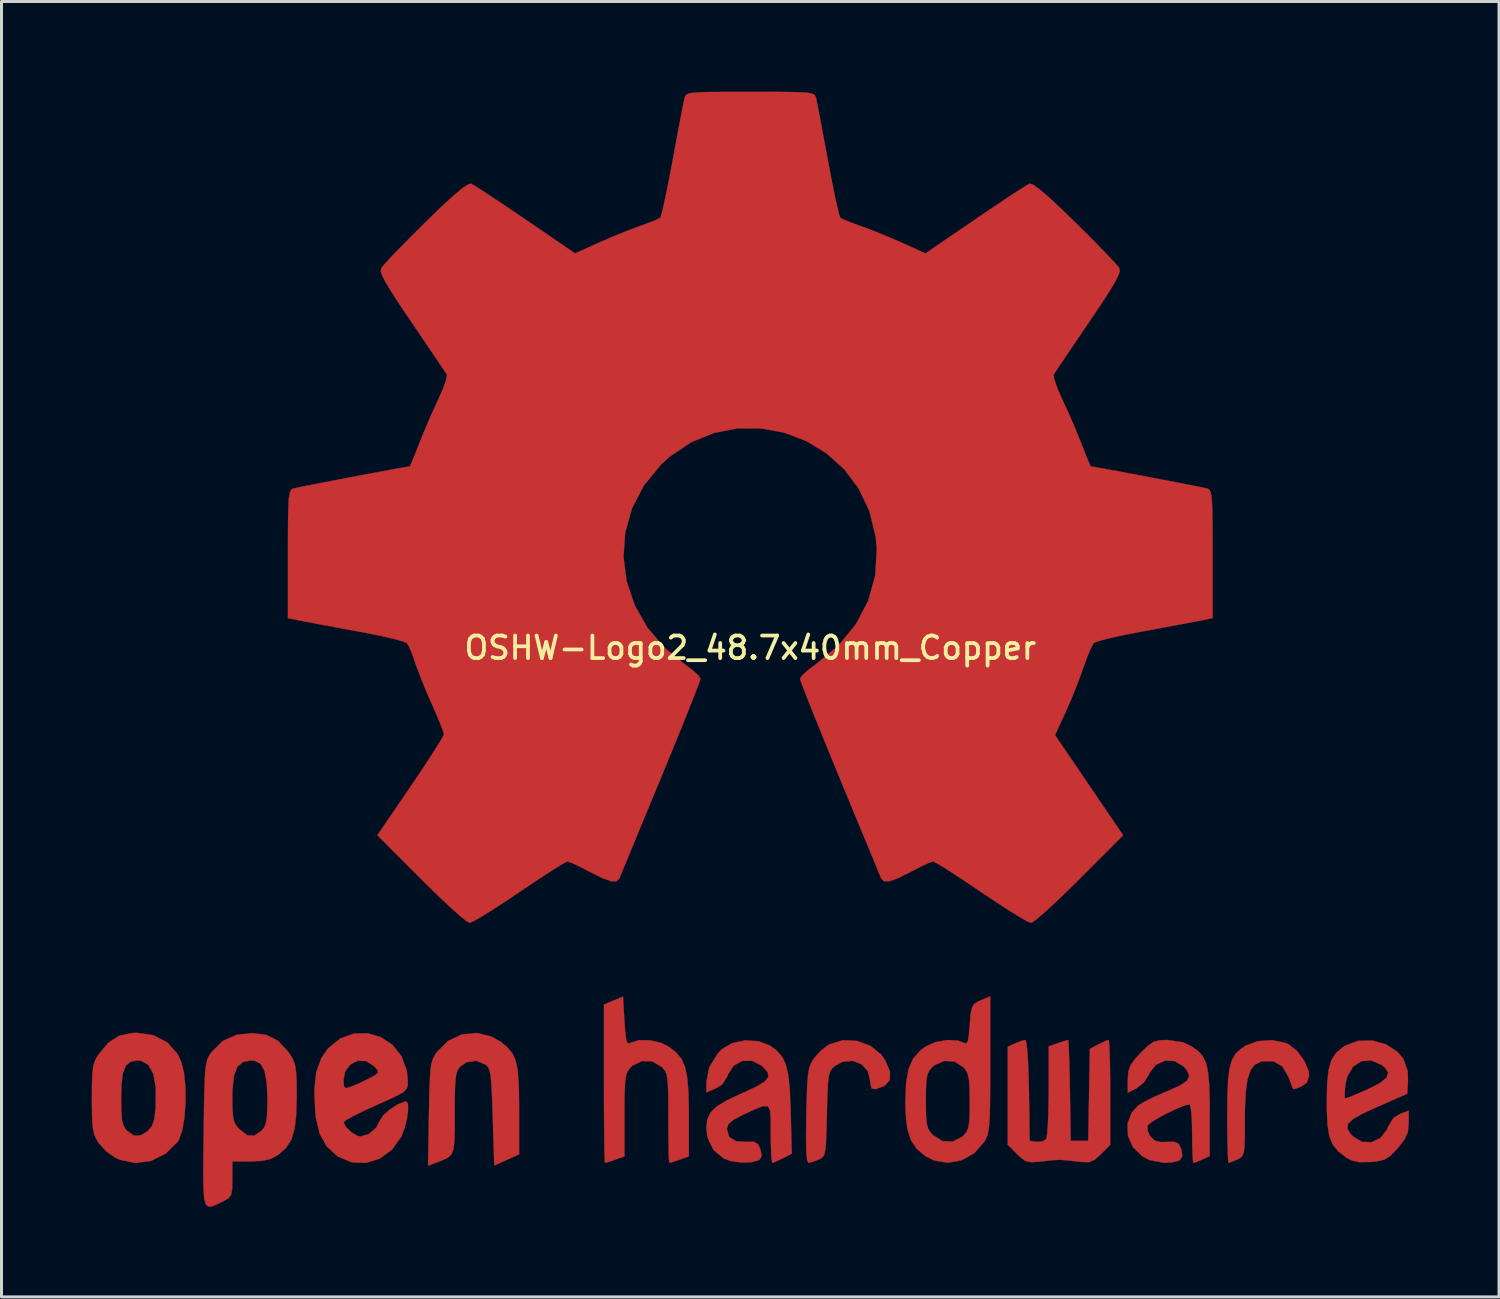
<source format=kicad_pcb>
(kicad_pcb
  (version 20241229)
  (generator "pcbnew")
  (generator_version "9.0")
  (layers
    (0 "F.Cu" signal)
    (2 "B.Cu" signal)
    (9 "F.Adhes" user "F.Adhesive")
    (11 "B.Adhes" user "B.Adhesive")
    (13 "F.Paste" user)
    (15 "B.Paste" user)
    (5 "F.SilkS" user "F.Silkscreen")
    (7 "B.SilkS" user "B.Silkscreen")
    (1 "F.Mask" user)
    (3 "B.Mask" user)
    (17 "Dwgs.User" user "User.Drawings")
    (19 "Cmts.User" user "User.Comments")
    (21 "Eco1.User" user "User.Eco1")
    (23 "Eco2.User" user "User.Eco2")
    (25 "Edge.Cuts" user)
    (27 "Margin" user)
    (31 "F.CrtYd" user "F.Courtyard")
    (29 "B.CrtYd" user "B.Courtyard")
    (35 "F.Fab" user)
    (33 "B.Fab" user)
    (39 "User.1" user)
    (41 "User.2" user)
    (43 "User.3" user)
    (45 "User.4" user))
  (footprint "OSHW-Logo2_48.7x40mm_Copper"
    (layer "F.Cu")
    (at 21.902 18.495)
    (property "Reference" "OSHW-Logo2_48.7x40mm_Copper" (at 0 0 0) (layer "F.SilkS") (effects (font (size 0.75 0.75) (thickness 0.125))))
    (attr exclude_from_pos_files exclude_from_bom allow_missing_courtyard)
    (fp_poly (pts (xy 17.786 13.133) (xy 17.902 13.184) (xy 18.18 13.404) (xy 18.417 13.722) (xy 18.564 14.061) (xy 18.588 14.229) (xy 18.508 14.462) (xy 18.332 14.586) (xy 18.143 14.661) (xy 18.057 14.674) (xy 18.015 14.574) (xy 17.932 14.357) (xy 17.896 14.258) (xy 17.692 13.918) (xy 17.396 13.748) (xy 17.017 13.753) (xy 16.989 13.76) (xy 16.787 13.856) (xy 16.638 14.043) (xy 16.537 14.344) (xy 16.476 14.782) (xy 16.449 15.38) (xy 16.447 15.698) (xy 16.446 16.2) (xy 16.437 16.542) (xy 16.416 16.759) (xy 16.374 16.886) (xy 16.306 16.959) (xy 16.205 17.012) (xy 16.199 17.015) (xy 16.004 17.098) (xy 15.907 17.128) (xy 15.892 17.036) (xy 15.879 16.782) (xy 15.87 16.398) (xy 15.864 15.918) (xy 15.863 15.566) (xy 15.869 14.885) (xy 15.891 14.369) (xy 15.939 13.987) (xy 16.019 13.709) (xy 16.139 13.504) (xy 16.309 13.343) (xy 16.476 13.231) (xy 16.878 13.082) (xy 17.345 13.048) (xy 17.786 13.133)) (stroke (width 0.01) (type solid)) (fill yes) (layer "F.Cu"))
    (fp_poly (pts (xy -8.609 12.926) (xy -8.296 13.106) (xy -8.079 13.286) (xy -7.92 13.474) (xy -7.811 13.703) (xy -7.742 14.008) (xy -7.705 14.422) (xy -7.69 14.977) (xy -7.688 15.376) (xy -7.688 16.846) (xy -8.102 17.031) (xy -8.515 17.216) (xy -8.564 15.607) (xy -8.584 15.006) (xy -8.605 14.57) (xy -8.631 14.268) (xy -8.667 14.072) (xy -8.715 13.951) (xy -8.781 13.876) (xy -8.802 13.86) (xy -9.12 13.732) (xy -9.443 13.783) (xy -9.634 13.916) (xy -9.713 14.011) (xy -9.767 14.136) (xy -9.801 14.324) (xy -9.82 14.611) (xy -9.828 15.032) (xy -9.829 15.47) (xy -9.829 16.02) (xy -9.839 16.409) (xy -9.87 16.672) (xy -9.937 16.841) (xy -10.051 16.952) (xy -10.227 17.038) (xy -10.461 17.128) (xy -10.717 17.225) (xy -10.687 15.498) (xy -10.675 14.875) (xy -10.66 14.415) (xy -10.64 14.085) (xy -10.609 13.854) (xy -10.563 13.689) (xy -10.499 13.558) (xy -10.422 13.442) (xy -10.049 13.073) (xy -9.595 12.859) (xy -9.101 12.808) (xy -8.609 12.926)) (stroke (width 0.01) (type solid)) (fill yes) (layer "F.Cu"))
    (fp_poly (pts (xy 3.553 13.073) (xy 3.995 13.236) (xy 4.353 13.525) (xy 4.493 13.728) (xy 4.646 14.101) (xy 4.643 14.37) (xy 4.483 14.551) (xy 4.423 14.582) (xy 4.167 14.678) (xy 4.037 14.654) (xy 3.992 14.492) (xy 3.99 14.403) (xy 3.909 14.075) (xy 3.698 13.846) (xy 3.404 13.735) (xy 3.076 13.763) (xy 2.809 13.908) (xy 2.719 13.99) (xy 2.655 14.09) (xy 2.611 14.242) (xy 2.584 14.478) (xy 2.565 14.833) (xy 2.551 15.34) (xy 2.548 15.501) (xy 2.534 16.05) (xy 2.519 16.437) (xy 2.497 16.693) (xy 2.461 16.85) (xy 2.406 16.939) (xy 2.326 16.994) (xy 2.275 17.018) (xy 2.059 17.101) (xy 1.932 17.128) (xy 1.89 17.037) (xy 1.864 16.762) (xy 1.855 16.3) (xy 1.861 15.647) (xy 1.863 15.547) (xy 1.878 14.951) (xy 1.895 14.516) (xy 1.92 14.208) (xy 1.957 13.993) (xy 2.01 13.836) (xy 2.085 13.704) (xy 2.124 13.647) (xy 2.349 13.397) (xy 2.6 13.202) (xy 2.63 13.185) (xy 3.08 13.051) (xy 3.553 13.073)) (stroke (width 0.01) (type solid)) (fill yes) (layer "F.Cu"))
    (fp_poly (pts (xy 11.934 13.133) (xy 11.949 13.389) (xy 11.96 13.778) (xy 11.968 14.269) (xy 11.97 14.785) (xy 11.97 16.529) (xy 11.662 16.837) (xy 11.45 17.027) (xy 11.264 17.104) (xy 11.009 17.099) (xy 10.908 17.086) (xy 10.592 17.05) (xy 10.331 17.03) (xy 10.267 17.028) (xy 10.052 17.04) (xy 9.745 17.072) (xy 9.626 17.086) (xy 9.334 17.109) (xy 9.137 17.06) (xy 8.942 16.906) (xy 8.872 16.837) (xy 8.564 16.529) (xy 8.564 13.266) (xy 8.812 13.154) (xy 9.025 13.07) (xy 9.15 13.041) (xy 9.182 13.133) (xy 9.212 13.392) (xy 9.238 13.788) (xy 9.258 14.293) (xy 9.267 14.719) (xy 9.294 16.398) (xy 9.526 16.431) (xy 9.737 16.408) (xy 9.841 16.334) (xy 9.87 16.195) (xy 9.895 15.898) (xy 9.913 15.483) (xy 9.923 14.985) (xy 9.925 14.729) (xy 9.926 13.254) (xy 10.233 13.147) (xy 10.45 13.075) (xy 10.568 13.041) (xy 10.571 13.041) (xy 10.583 13.133) (xy 10.596 13.388) (xy 10.609 13.775) (xy 10.621 14.263) (xy 10.63 14.719) (xy 10.656 16.398) (xy 11.24 16.398) (xy 11.267 14.867) (xy 11.294 13.335) (xy 11.578 13.188) (xy 11.789 13.087) (xy 11.913 13.041) (xy 11.917 13.041) (xy 11.934 13.133)) (stroke (width 0.01) (type solid)) (fill yes) (layer "F.Cu"))
    (fp_poly (pts (xy -4.185 12.413) (xy -4.156 12.811) (xy -4.123 13.045) (xy -4.078 13.147) (xy -4.012 13.149) (xy -3.99 13.136) (xy -3.704 13.048) (xy -3.331 13.053) (xy -2.952 13.144) (xy -2.715 13.262) (xy -2.472 13.449) (xy -2.294 13.662) (xy -2.172 13.932) (xy -2.097 14.292) (xy -2.057 14.775) (xy -2.044 15.414) (xy -2.044 15.537) (xy -2.044 16.914) (xy -2.35 17.021) (xy -2.568 17.094) (xy -2.687 17.128) (xy -2.691 17.128) (xy -2.703 17.036) (xy -2.713 16.783) (xy -2.72 16.402) (xy -2.724 15.926) (xy -2.725 15.637) (xy -2.726 15.066) (xy -2.733 14.657) (xy -2.75 14.377) (xy -2.781 14.192) (xy -2.831 14.07) (xy -2.905 13.978) (xy -2.95 13.933) (xy -3.264 13.754) (xy -3.605 13.741) (xy -3.916 13.892) (xy -3.973 13.947) (xy -4.057 14.05) (xy -4.116 14.172) (xy -4.153 14.348) (xy -4.174 14.614) (xy -4.183 15.005) (xy -4.185 15.543) (xy -4.185 16.914) (xy -4.491 17.021) (xy -4.709 17.094) (xy -4.828 17.128) (xy -4.832 17.128) (xy -4.841 17.035) (xy -4.849 16.772) (xy -4.856 16.365) (xy -4.861 15.838) (xy -4.865 15.217) (xy -4.866 14.526) (xy -4.866 14.496) (xy -4.866 11.863) (xy -4.55 11.73) (xy -4.233 11.597) (xy -4.185 12.413)) (stroke (width 0.01) (type solid)) (fill yes) (layer "F.Cu"))
    (fp_poly (pts (xy -19.839 12.887) (xy -19.383 13.127) (xy -19.046 13.513) (xy -18.927 13.761) (xy -18.834 14.133) (xy -18.786 14.604) (xy -18.782 15.118) (xy -18.818 15.62) (xy -18.893 16.054) (xy -19.004 16.366) (xy -19.038 16.42) (xy -19.442 16.821) (xy -19.922 17.061) (xy -20.443 17.131) (xy -20.97 17.023) (xy -21.116 16.958) (xy -21.401 16.757) (xy -21.652 16.49) (xy -21.676 16.457) (xy -21.772 16.294) (xy -21.835 16.12) (xy -21.873 15.891) (xy -21.891 15.563) (xy -21.896 15.092) (xy -21.897 14.987) (xy -21.896 14.953) (xy -20.923 14.953) (xy -20.918 15.398) (xy -20.895 15.692) (xy -20.849 15.883) (xy -20.769 16.014) (xy -20.729 16.057) (xy -20.496 16.224) (xy -20.27 16.216) (xy -20.041 16.072) (xy -19.905 15.918) (xy -19.824 15.693) (xy -19.779 15.338) (xy -19.776 15.297) (xy -19.768 14.654) (xy -19.849 14.176) (xy -20.017 13.867) (xy -20.272 13.729) (xy -20.363 13.722) (xy -20.602 13.76) (xy -20.765 13.891) (xy -20.865 14.141) (xy -20.914 14.537) (xy -20.923 14.953) (xy -21.896 14.953) (xy -21.893 14.486) (xy -21.878 14.135) (xy -21.844 13.892) (xy -21.786 13.714) (xy -21.697 13.556) (xy -21.678 13.526) (xy -21.347 13.13) (xy -20.986 12.9) (xy -20.547 12.809) (xy -20.398 12.804) (xy -19.839 12.887)) (stroke (width 0.01) (type solid)) (fill yes) (layer "F.Cu"))
    (fp_poly (pts (xy 21.145 13.188) (xy 21.53 13.44) (xy 21.716 13.665) (xy 21.863 14.074) (xy 21.874 14.398) (xy 21.848 14.83) (xy 20.85 15.267) (xy 20.365 15.49) (xy 20.048 15.669) (xy 19.884 15.825) (xy 19.855 15.976) (xy 19.947 16.142) (xy 20.048 16.252) (xy 20.341 16.429) (xy 20.661 16.441) (xy 20.954 16.303) (xy 21.17 16.03) (xy 21.208 15.933) (xy 21.393 15.632) (xy 21.605 15.503) (xy 21.897 15.393) (xy 21.897 15.81) (xy 21.871 16.094) (xy 21.77 16.333) (xy 21.558 16.608) (xy 21.527 16.644) (xy 21.292 16.888) (xy 21.089 17.019) (xy 20.837 17.079) (xy 20.627 17.099) (xy 20.252 17.104) (xy 19.985 17.042) (xy 19.818 16.949) (xy 19.556 16.745) (xy 19.375 16.525) (xy 19.26 16.248) (xy 19.198 15.874) (xy 19.174 15.363) (xy 19.172 15.104) (xy 19.179 14.793) (xy 19.766 14.793) (xy 19.773 14.96) (xy 19.79 14.987) (xy 19.902 14.95) (xy 20.143 14.852) (xy 20.466 14.712) (xy 20.533 14.682) (xy 20.941 14.475) (xy 21.165 14.293) (xy 21.214 14.122) (xy 21.096 13.95) (xy 20.999 13.873) (xy 20.647 13.721) (xy 20.318 13.746) (xy 20.043 13.932) (xy 19.852 14.263) (xy 19.791 14.525) (xy 19.766 14.793) (xy 19.179 14.793) (xy 19.185 14.498) (xy 19.231 14.05) (xy 19.323 13.723) (xy 19.472 13.483) (xy 19.69 13.293) (xy 19.785 13.231) (xy 20.216 13.071) (xy 20.688 13.061) (xy 21.145 13.188)) (stroke (width 0.01) (type solid)) (fill yes) (layer "F.Cu"))
    (fp_poly (pts (xy 7.98 13.848) (xy 7.978 14.576) (xy 7.974 15.135) (xy 7.963 15.554) (xy 7.945 15.858) (xy 7.918 16.075) (xy 7.879 16.231) (xy 7.826 16.353) (xy 7.786 16.423) (xy 7.455 16.802) (xy 7.035 17.04) (xy 6.571 17.125) (xy 6.106 17.047) (xy 5.829 16.907) (xy 5.538 16.665) (xy 5.34 16.369) (xy 5.221 15.981) (xy 5.166 15.464) (xy 5.158 15.084) (xy 5.159 15.057) (xy 5.839 15.057) (xy 5.843 15.492) (xy 5.862 15.78) (xy 5.906 15.969) (xy 5.984 16.105) (xy 6.078 16.208) (xy 6.392 16.406) (xy 6.73 16.423) (xy 7.049 16.258) (xy 7.074 16.235) (xy 7.18 16.118) (xy 7.246 15.979) (xy 7.282 15.773) (xy 7.297 15.452) (xy 7.299 15.098) (xy 7.294 14.653) (xy 7.273 14.356) (xy 7.228 14.161) (xy 7.151 14.021) (xy 7.087 13.947) (xy 6.792 13.76) (xy 6.452 13.737) (xy 6.127 13.88) (xy 6.064 13.933) (xy 5.958 14.051) (xy 5.891 14.192) (xy 5.855 14.401) (xy 5.841 14.725) (xy 5.839 15.057) (xy 5.159 15.057) (xy 5.182 14.473) (xy 5.262 14.014) (xy 5.412 13.669) (xy 5.646 13.4) (xy 5.829 13.262) (xy 6.161 13.112) (xy 6.546 13.043) (xy 6.904 13.062) (xy 7.104 13.136) (xy 7.183 13.158) (xy 7.235 13.078) (xy 7.271 12.866) (xy 7.299 12.542) (xy 7.329 12.182) (xy 7.371 11.965) (xy 7.447 11.841) (xy 7.58 11.759) (xy 7.664 11.723) (xy 7.98 11.59) (xy 7.98 13.848)) (stroke (width 0.01) (type solid)) (fill yes) (layer "F.Cu"))
    (fp_poly (pts (xy -12.281 12.949) (xy -11.898 13.207) (xy -11.601 13.58) (xy -11.424 14.054) (xy -11.388 14.403) (xy -11.392 14.549) (xy -11.426 14.661) (xy -11.52 14.761) (xy -11.703 14.871) (xy -12.005 15.016) (xy -12.454 15.216) (xy -12.457 15.217) (xy -12.871 15.407) (xy -13.21 15.575) (xy -13.441 15.704) (xy -13.527 15.776) (xy -13.527 15.776) (xy -13.451 15.932) (xy -13.273 16.104) (xy -13.069 16.228) (xy -12.965 16.252) (xy -12.682 16.167) (xy -12.439 15.954) (xy -12.32 15.72) (xy -12.206 15.548) (xy -11.982 15.351) (xy -11.719 15.182) (xy -11.487 15.089) (xy -11.439 15.084) (xy -11.384 15.168) (xy -11.381 15.381) (xy -11.421 15.669) (xy -11.497 15.975) (xy -11.6 16.245) (xy -11.605 16.255) (xy -11.916 16.689) (xy -12.319 16.984) (xy -12.777 17.129) (xy -13.251 17.112) (xy -13.706 16.922) (xy -13.727 16.909) (xy -14.084 16.584) (xy -14.32 16.161) (xy -14.45 15.605) (xy -14.467 15.449) (xy -14.498 14.711) (xy -14.461 14.367) (xy -13.527 14.367) (xy -13.515 14.582) (xy -13.449 14.644) (xy -13.283 14.597) (xy -13.022 14.487) (xy -12.731 14.348) (xy -12.724 14.344) (xy -12.477 14.214) (xy -12.377 14.127) (xy -12.402 14.037) (xy -12.505 13.917) (xy -12.767 13.744) (xy -13.049 13.731) (xy -13.302 13.857) (xy -13.477 14.1) (xy -13.527 14.367) (xy -14.461 14.367) (xy -14.435 14.121) (xy -14.271 13.653) (xy -14.044 13.325) (xy -13.634 12.993) (xy -13.182 12.829) (xy -12.72 12.819) (xy -12.281 12.949)) (stroke (width 0.01) (type solid)) (fill yes) (layer "F.Cu"))
    (fp_poly (pts (xy 0.266 13.081) (xy 0.648 13.223) (xy 0.652 13.226) (xy 0.888 13.399) (xy 1.062 13.602) (xy 1.185 13.866) (xy 1.265 14.224) (xy 1.315 14.708) (xy 1.343 15.351) (xy 1.345 15.442) (xy 1.38 16.822) (xy 1.084 16.975) (xy 0.87 17.078) (xy 0.741 17.127) (xy 0.735 17.128) (xy 0.712 17.038) (xy 0.695 16.793) (xy 0.684 16.437) (xy 0.681 16.148) (xy 0.681 15.681) (xy 0.66 15.387) (xy 0.585 15.247) (xy 0.426 15.24) (xy 0.149 15.346) (xy -0.268 15.541) (xy -0.574 15.703) (xy -0.732 15.843) (xy -0.778 15.996) (xy -0.779 16.004) (xy -0.702 16.268) (xy -0.475 16.41) (xy -0.129 16.431) (xy 0.121 16.427) (xy 0.253 16.499) (xy 0.335 16.672) (xy 0.382 16.892) (xy 0.314 17.017) (xy 0.288 17.035) (xy 0.047 17.107) (xy -0.291 17.117) (xy -0.639 17.069) (xy -0.886 16.982) (xy -1.227 16.693) (xy -1.421 16.289) (xy -1.46 15.974) (xy -1.43 15.69) (xy -1.324 15.458) (xy -1.114 15.252) (xy -0.773 15.046) (xy -0.274 14.813) (xy -0.243 14.8) (xy 0.207 14.592) (xy 0.484 14.421) (xy 0.603 14.268) (xy 0.577 14.112) (xy 0.42 13.933) (xy 0.373 13.892) (xy 0.058 13.732) (xy -0.269 13.739) (xy -0.553 13.896) (xy -0.742 14.186) (xy -0.759 14.242) (xy -0.93 14.518) (xy -1.147 14.651) (xy -1.46 14.783) (xy -1.46 14.442) (xy -1.364 13.947) (xy -1.082 13.493) (xy -0.935 13.341) (xy -0.6 13.146) (xy -0.175 13.057) (xy 0.266 13.081)) (stroke (width 0.01) (type solid)) (fill yes) (layer "F.Cu"))
    (fp_poly (pts (xy -16.094 12.873) (xy -15.722 13.058) (xy -15.394 13.4) (xy -15.303 13.526) (xy -15.205 13.692) (xy -15.141 13.871) (xy -15.104 14.111) (xy -15.088 14.457) (xy -15.084 14.914) (xy -15.101 15.539) (xy -15.157 16.009) (xy -15.266 16.36) (xy -15.439 16.627) (xy -15.686 16.849) (xy -15.705 16.862) (xy -15.949 16.997) (xy -16.243 17.063) (xy -16.617 17.079) (xy -17.225 17.079) (xy -17.225 17.67) (xy -17.231 17.998) (xy -17.265 18.191) (xy -17.355 18.307) (xy -17.528 18.404) (xy -17.569 18.424) (xy -17.763 18.517) (xy -17.913 18.576) (xy -18.025 18.581) (xy -18.103 18.513) (xy -18.154 18.352) (xy -18.181 18.079) (xy -18.192 17.676) (xy -18.19 17.121) (xy -18.182 16.396) (xy -18.179 16.179) (xy -18.169 15.432) (xy -18.161 14.943) (xy -17.225 14.943) (xy -17.22 15.358) (xy -17.197 15.629) (xy -17.144 15.808) (xy -17.05 15.946) (xy -16.986 16.013) (xy -16.726 16.21) (xy -16.496 16.226) (xy -16.258 16.063) (xy -16.252 16.057) (xy -16.155 15.932) (xy -16.097 15.762) (xy -16.067 15.499) (xy -16.058 15.098) (xy -16.057 15.009) (xy -16.08 14.455) (xy -16.153 14.072) (xy -16.284 13.838) (xy -16.483 13.732) (xy -16.598 13.722) (xy -16.871 13.772) (xy -17.059 13.935) (xy -17.171 14.235) (xy -17.221 14.691) (xy -17.225 14.943) (xy -18.161 14.943) (xy -18.159 14.853) (xy -18.146 14.418) (xy -18.127 14.1) (xy -18.101 13.875) (xy -18.064 13.715) (xy -18.015 13.596) (xy -17.951 13.492) (xy -17.923 13.453) (xy -17.558 13.083) (xy -17.095 12.873) (xy -16.561 12.814) (xy -16.094 12.873)) (stroke (width 0.01) (type solid)) (fill yes) (layer "F.Cu"))
    (fp_poly (pts (xy 14.381 13.117) (xy 14.662 13.245) (xy 14.882 13.399) (xy 15.043 13.572) (xy 15.154 13.795) (xy 15.224 14.099) (xy 15.262 14.518) (xy 15.277 15.082) (xy 15.279 15.453) (xy 15.279 16.902) (xy 15.031 17.015) (xy 14.836 17.098) (xy 14.739 17.128) (xy 14.721 17.038) (xy 14.706 16.794) (xy 14.697 16.438) (xy 14.695 16.155) (xy 14.687 15.746) (xy 14.665 15.422) (xy 14.632 15.224) (xy 14.607 15.182) (xy 14.434 15.225) (xy 14.164 15.335) (xy 13.85 15.485) (xy 13.55 15.646) (xy 13.317 15.79) (xy 13.209 15.889) (xy 13.208 15.89) (xy 13.218 16.073) (xy 13.301 16.248) (xy 13.448 16.39) (xy 13.663 16.437) (xy 13.846 16.432) (xy 14.106 16.427) (xy 14.242 16.488) (xy 14.324 16.649) (xy 14.335 16.679) (xy 14.37 16.909) (xy 14.275 17.048) (xy 14.028 17.114) (xy 13.761 17.126) (xy 13.28 17.036) (xy 13.031 16.906) (xy 12.723 16.6) (xy 12.56 16.226) (xy 12.546 15.83) (xy 12.683 15.461) (xy 12.891 15.23) (xy 13.098 15.101) (xy 13.423 14.937) (xy 13.802 14.771) (xy 13.865 14.746) (xy 14.282 14.562) (xy 14.522 14.4) (xy 14.599 14.239) (xy 14.527 14.058) (xy 14.403 13.916) (xy 14.11 13.742) (xy 13.788 13.729) (xy 13.493 13.863) (xy 13.281 14.131) (xy 13.253 14.2) (xy 13.09 14.454) (xy 12.853 14.643) (xy 12.554 14.797) (xy 12.554 14.359) (xy 12.572 14.091) (xy 12.647 13.879) (xy 12.815 13.654) (xy 12.975 13.48) (xy 13.225 13.234) (xy 13.419 13.102) (xy 13.628 13.049) (xy 13.864 13.041) (xy 14.381 13.117)) (stroke (width 0.01) (type solid)) (fill yes) (layer "F.Cu"))
    (fp_poly (pts (xy 0.697 -18.49) (xy 1.223 -18.487) (xy 1.604 -18.479) (xy 1.865 -18.464) (xy 2.029 -18.439) (xy 2.121 -18.402) (xy 2.165 -18.35) (xy 2.187 -18.28) (xy 2.19 -18.271) (xy 2.223 -18.11) (xy 2.285 -17.79) (xy 2.369 -17.348) (xy 2.469 -16.815) (xy 2.578 -16.227) (xy 2.582 -16.207) (xy 2.691 -15.631) (xy 2.794 -15.122) (xy 2.882 -14.71) (xy 2.951 -14.427) (xy 2.992 -14.303) (xy 2.994 -14.3) (xy 3.116 -14.24) (xy 3.369 -14.138) (xy 3.696 -14.018) (xy 3.698 -14.018) (xy 4.111 -13.863) (xy 4.597 -13.665) (xy 5.056 -13.466) (xy 5.078 -13.456) (xy 5.825 -13.117) (xy 7.479 -14.247) (xy 7.986 -14.591) (xy 8.446 -14.899) (xy 8.831 -15.153) (xy 9.115 -15.335) (xy 9.272 -15.429) (xy 9.287 -15.436) (xy 9.4 -15.405) (xy 9.613 -15.256) (xy 9.932 -14.983) (xy 10.367 -14.577) (xy 10.811 -14.146) (xy 11.239 -13.721) (xy 11.622 -13.333) (xy 11.937 -13.006) (xy 12.161 -12.765) (xy 12.271 -12.632) (xy 12.275 -12.625) (xy 12.287 -12.534) (xy 12.241 -12.386) (xy 12.126 -12.16) (xy 11.931 -11.836) (xy 11.644 -11.394) (xy 11.261 -10.825) (xy 10.921 -10.324) (xy 10.617 -9.876) (xy 10.367 -9.504) (xy 10.188 -9.237) (xy 10.098 -9.099) (xy 10.092 -9.09) (xy 10.103 -8.958) (xy 10.187 -8.701) (xy 10.326 -8.369) (xy 10.376 -8.262) (xy 10.593 -7.789) (xy 10.824 -7.252) (xy 11.012 -6.788) (xy 11.147 -6.443) (xy 11.255 -6.181) (xy 11.317 -6.044) (xy 11.325 -6.034) (xy 11.439 -6.016) (xy 11.709 -5.968) (xy 12.098 -5.897) (xy 12.57 -5.809) (xy 13.09 -5.71) (xy 13.622 -5.609) (xy 14.13 -5.511) (xy 14.578 -5.424) (xy 14.931 -5.354) (xy 15.152 -5.309) (xy 15.206 -5.296) (xy 15.262 -5.264) (xy 15.304 -5.192) (xy 15.335 -5.055) (xy 15.355 -4.829) (xy 15.368 -4.491) (xy 15.374 -4.014) (xy 15.376 -3.376) (xy 15.376 -3.115) (xy 15.376 -0.987) (xy 14.865 -0.886) (xy 14.581 -0.831) (xy 14.157 -0.752) (xy 13.644 -0.656) (xy 13.095 -0.555) (xy 12.943 -0.527) (xy 12.436 -0.429) (xy 11.995 -0.332) (xy 11.656 -0.246) (xy 11.456 -0.179) (xy 11.423 -0.159) (xy 11.341 -0.018) (xy 11.224 0.255) (xy 11.094 0.606) (xy 11.068 0.681) (xy 10.898 1.15) (xy 10.687 1.679) (xy 10.48 2.154) (xy 10.479 2.156) (xy 10.134 2.901) (xy 11.267 4.568) (xy 12.4 6.234) (xy 10.945 7.691) (xy 10.505 8.125) (xy 10.104 8.507) (xy 9.764 8.817) (xy 9.508 9.036) (xy 9.358 9.141) (xy 9.336 9.148) (xy 9.21 9.095) (xy 8.952 8.948) (xy 8.591 8.725) (xy 8.155 8.442) (xy 7.684 8.126) (xy 7.205 7.803) (xy 6.778 7.523) (xy 6.43 7.301) (xy 6.189 7.156) (xy 6.081 7.104) (xy 5.949 7.148) (xy 5.698 7.263) (xy 5.382 7.425) (xy 5.348 7.443) (xy 4.921 7.657) (xy 4.629 7.762) (xy 4.447 7.763) (xy 4.352 7.665) (xy 4.351 7.664) (xy 4.304 7.548) (xy 4.191 7.274) (xy 4.021 6.863) (xy 3.803 6.335) (xy 3.545 5.712) (xy 3.257 5.016) (xy 2.979 4.341) (xy 2.672 3.597) (xy 2.391 2.908) (xy 2.143 2.295) (xy 1.937 1.778) (xy 1.781 1.38) (xy 1.684 1.121) (xy 1.654 1.025) (xy 1.729 0.914) (xy 1.925 0.737) (xy 2.186 0.542) (xy 2.928 -0.073) (xy 3.509 -0.779) (xy 3.921 -1.56) (xy 4.156 -2.402) (xy 4.208 -3.289) (xy 4.17 -3.698) (xy 3.963 -4.547) (xy 3.607 -5.297) (xy 3.123 -5.941) (xy 2.534 -6.47) (xy 1.862 -6.878) (xy 1.129 -7.156) (xy 0.356 -7.299) (xy -0.433 -7.298) (xy -1.216 -7.145) (xy -1.973 -6.835) (xy -2.68 -6.358) (xy -2.975 -6.089) (xy -3.54 -5.397) (xy -3.934 -4.64) (xy -4.159 -3.842) (xy -4.217 -3.023) (xy -4.111 -2.207) (xy -3.844 -1.414) (xy -3.418 -0.667) (xy -2.836 0.011) (xy -2.186 0.542) (xy -1.915 0.745) (xy -1.723 0.92) (xy -1.654 1.025) (xy -1.69 1.139) (xy -1.793 1.411) (xy -1.954 1.821) (xy -2.164 2.348) (xy -2.416 2.969) (xy -2.7 3.664) (xy -2.979 4.342) (xy -3.288 5.086) (xy -3.573 5.777) (xy -3.827 6.391) (xy -4.041 6.908) (xy -4.206 7.307) (xy -4.313 7.567) (xy -4.352 7.664) (xy -4.446 7.762) (xy -4.627 7.762) (xy -4.919 7.658) (xy -5.345 7.444) (xy -5.348 7.443) (xy -5.669 7.277) (xy -5.928 7.156) (xy -6.074 7.105) (xy -6.081 7.104) (xy -6.191 7.157) (xy -6.434 7.303) (xy -6.782 7.525) (xy -7.21 7.807) (xy -7.684 8.126) (xy -8.166 8.45) (xy -8.601 8.731) (xy -8.96 8.953) (xy -9.215 9.097) (xy -9.336 9.148) (xy -9.449 9.082) (xy -9.674 8.896) (xy -9.99 8.613) (xy -10.375 8.251) (xy -10.805 7.831) (xy -10.946 7.69) (xy -12.401 6.233) (xy -11.293 4.608) (xy -10.957 4.109) (xy -10.661 3.661) (xy -10.424 3.29) (xy -10.261 3.022) (xy -10.188 2.883) (xy -10.186 2.874) (xy -10.224 2.743) (xy -10.327 2.48) (xy -10.476 2.128) (xy -10.581 1.893) (xy -10.777 1.443) (xy -10.962 0.988) (xy -11.105 0.604) (xy -11.144 0.487) (xy -11.255 0.174) (xy -11.363 -0.068) (xy -11.422 -0.159) (xy -11.553 -0.215) (xy -11.839 -0.294) (xy -12.242 -0.388) (xy -12.727 -0.487) (xy -12.943 -0.527) (xy -13.494 -0.628) (xy -14.021 -0.726) (xy -14.475 -0.811) (xy -14.804 -0.874) (xy -14.865 -0.886) (xy -15.376 -0.987) (xy -15.376 -3.115) (xy -15.375 -3.814) (xy -15.37 -4.343) (xy -15.36 -4.727) (xy -15.343 -4.989) (xy -15.316 -5.153) (xy -15.278 -5.245) (xy -15.227 -5.288) (xy -15.206 -5.296) (xy -15.08 -5.324) (xy -14.801 -5.38) (xy -14.405 -5.458) (xy -13.928 -5.55) (xy -13.406 -5.65) (xy -12.874 -5.751) (xy -12.369 -5.846) (xy -11.927 -5.929) (xy -11.582 -5.991) (xy -11.372 -6.027) (xy -11.325 -6.034) (xy -11.283 -6.118) (xy -11.189 -6.341) (xy -11.061 -6.662) (xy -11.012 -6.788) (xy -10.815 -7.274) (xy -10.583 -7.81) (xy -10.376 -8.262) (xy -10.223 -8.608) (xy -10.121 -8.892) (xy -10.087 -9.066) (xy -10.093 -9.09) (xy -10.164 -9.2) (xy -10.328 -9.445) (xy -10.566 -9.798) (xy -10.861 -10.234) (xy -11.196 -10.727) (xy -11.262 -10.824) (xy -11.65 -11.4) (xy -11.935 -11.839) (xy -12.129 -12.161) (xy -12.243 -12.385) (xy -12.288 -12.533) (xy -12.276 -12.624) (xy -12.275 -12.625) (xy -12.179 -12.744) (xy -11.966 -12.975) (xy -11.66 -13.294) (xy -11.283 -13.677) (xy -10.859 -14.099) (xy -10.811 -14.146) (xy -10.277 -14.664) (xy -9.864 -15.044) (xy -9.565 -15.293) (xy -9.372 -15.419) (xy -9.287 -15.436) (xy -9.162 -15.365) (xy -8.904 -15.201) (xy -8.54 -14.961) (xy -8.094 -14.664) (xy -7.595 -14.326) (xy -7.479 -14.247) (xy -5.825 -13.117) (xy -5.078 -13.456) (xy -4.623 -13.654) (xy -4.136 -13.853) (xy -3.717 -14.011) (xy -3.698 -14.018) (xy -3.37 -14.138) (xy -3.117 -14.239) (xy -2.994 -14.3) (xy -2.994 -14.3) (xy -2.955 -14.411) (xy -2.889 -14.682) (xy -2.801 -15.085) (xy -2.7 -15.587) (xy -2.591 -16.159) (xy -2.582 -16.207) (xy -2.473 -16.796) (xy -2.373 -17.331) (xy -2.288 -17.777) (xy -2.225 -18.101) (xy -2.19 -18.269) (xy -2.19 -18.271) (xy -2.168 -18.343) (xy -2.127 -18.397) (xy -2.042 -18.436) (xy -1.887 -18.462) (xy -1.639 -18.478) (xy -1.273 -18.487) (xy -0.764 -18.49) (xy -0.088 -18.49) (xy 0 -18.49) (xy 0.697 -18.49)) (stroke (width 0.01) (type solid)) (fill yes) (layer "F.Cu")))
  (gr_rect
    (start -3 -3)
    (end 46.803 40.081)
    (stroke (width 0.1) (type default))
    (fill no)
    (layer "Edge.Cuts")))
</source>
